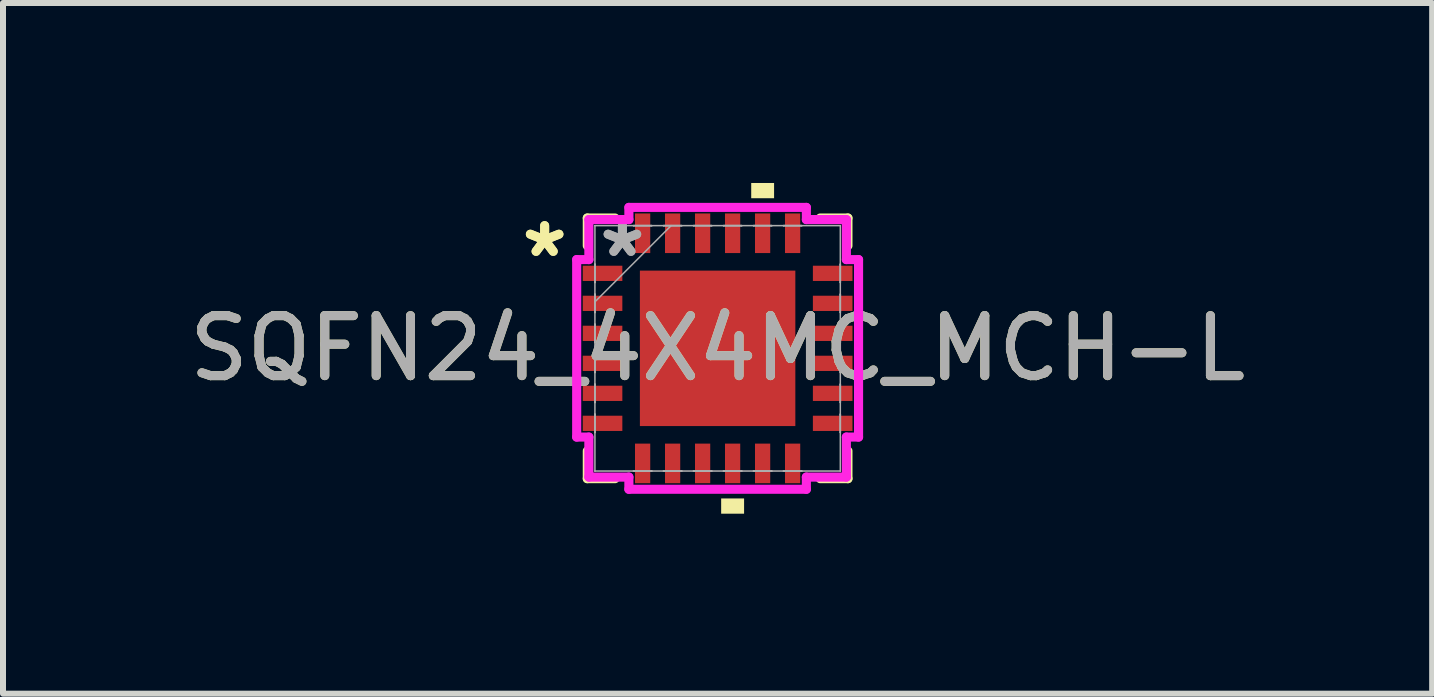
<source format=kicad_pcb>
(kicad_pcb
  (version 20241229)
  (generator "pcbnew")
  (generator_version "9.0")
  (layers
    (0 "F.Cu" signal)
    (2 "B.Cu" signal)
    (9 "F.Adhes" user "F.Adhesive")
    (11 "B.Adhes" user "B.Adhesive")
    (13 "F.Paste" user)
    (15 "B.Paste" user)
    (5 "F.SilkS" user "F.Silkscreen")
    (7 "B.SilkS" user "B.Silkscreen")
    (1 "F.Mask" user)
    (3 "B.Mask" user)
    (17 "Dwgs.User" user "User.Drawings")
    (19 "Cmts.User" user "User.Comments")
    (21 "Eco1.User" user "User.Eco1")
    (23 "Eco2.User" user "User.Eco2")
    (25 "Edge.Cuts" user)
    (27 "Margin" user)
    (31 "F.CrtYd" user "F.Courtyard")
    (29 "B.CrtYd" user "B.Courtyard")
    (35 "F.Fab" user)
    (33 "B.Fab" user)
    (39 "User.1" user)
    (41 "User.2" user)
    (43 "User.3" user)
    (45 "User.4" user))
  (footprint "SQFN24_4X4MC_MCH-L"
    (layer "F.Cu")
    (at 8.911 2.756)
    (property "Reference" "SQFN24_4X4MC_MCH-L" (at 0 0 0) (unlocked yes) (layer "F.SilkS") (effects (font (size 1 1) (thickness 0.15))))
    (attr smd)
    (fp_line (start -2.172 -2.172) (end -2.172 -1.71) (stroke (width 0.152) (type solid)) (layer "F.SilkS"))
    (fp_line (start -2.172 1.71) (end -2.172 2.172) (stroke (width 0.152) (type solid)) (layer "F.SilkS"))
    (fp_line (start -2.172 2.172) (end -1.71 2.172) (stroke (width 0.152) (type solid)) (layer "F.SilkS"))
    (fp_line (start -1.71 -2.172) (end -2.172 -2.172) (stroke (width 0.152) (type solid)) (layer "F.SilkS"))
    (fp_line (start 1.71 2.172) (end 2.172 2.172) (stroke (width 0.152) (type solid)) (layer "F.SilkS"))
    (fp_line (start 2.172 -2.172) (end 1.71 -2.172) (stroke (width 0.152) (type solid)) (layer "F.SilkS"))
    (fp_line (start 2.172 -1.71) (end 2.172 -2.172) (stroke (width 0.152) (type solid)) (layer "F.SilkS"))
    (fp_line (start 2.172 2.172) (end 2.172 1.71) (stroke (width 0.152) (type solid)) (layer "F.SilkS"))
    (fp_poly (pts (xy 0.059 2.502) (xy 0.059 2.756) (xy 0.441 2.756) (xy 0.441 2.502)) (stroke (width 0) (type solid)) (fill yes) (layer "F.SilkS"))
    (fp_poly (pts (xy 0.56 -2.502) (xy 0.56 -2.756) (xy 0.941 -2.756) (xy 0.941 -2.502)) (stroke (width 0) (type solid)) (fill yes) (layer "F.SilkS"))
    (fp_poly (pts (xy -1.195 -1.195) (xy -1.195 -0.1) (xy -0.1 -0.1) (xy -0.1 -1.195)) (stroke (width 0) (type solid)) (fill yes) (layer "F.Paste"))
    (fp_poly (pts (xy -1.195 0.1) (xy -1.195 1.195) (xy -0.1 1.195) (xy -0.1 0.1)) (stroke (width 0) (type solid)) (fill yes) (layer "F.Paste"))
    (fp_poly (pts (xy 0.1 -1.195) (xy 0.1 -0.1) (xy 1.195 -0.1) (xy 1.195 -1.195)) (stroke (width 0) (type solid)) (fill yes) (layer "F.Paste"))
    (fp_poly (pts (xy 0.1 0.1) (xy 0.1 1.195) (xy 1.195 1.195) (xy 1.195 0.1)) (stroke (width 0) (type solid)) (fill yes) (layer "F.Paste"))
    (fp_line (start -2.349 -1.479) (end -2.146 -1.479) (stroke (width 0.152) (type solid)) (layer "F.CrtYd"))
    (fp_line (start -2.349 1.479) (end -2.349 -1.479) (stroke (width 0.152) (type solid)) (layer "F.CrtYd"))
    (fp_line (start -2.146 -2.146) (end -1.479 -2.146) (stroke (width 0.152) (type solid)) (layer "F.CrtYd"))
    (fp_line (start -2.146 -1.479) (end -2.146 -2.146) (stroke (width 0.152) (type solid)) (layer "F.CrtYd"))
    (fp_line (start -2.146 1.479) (end -2.349 1.479) (stroke (width 0.152) (type solid)) (layer "F.CrtYd"))
    (fp_line (start -2.146 2.146) (end -2.146 1.479) (stroke (width 0.152) (type solid)) (layer "F.CrtYd"))
    (fp_line (start -1.479 -2.349) (end 1.479 -2.349) (stroke (width 0.152) (type solid)) (layer "F.CrtYd"))
    (fp_line (start -1.479 -2.146) (end -1.479 -2.349) (stroke (width 0.152) (type solid)) (layer "F.CrtYd"))
    (fp_line (start -1.479 2.146) (end -2.146 2.146) (stroke (width 0.152) (type solid)) (layer "F.CrtYd"))
    (fp_line (start -1.479 2.349) (end -1.479 2.146) (stroke (width 0.152) (type solid)) (layer "F.CrtYd"))
    (fp_line (start 1.479 -2.349) (end 1.479 -2.146) (stroke (width 0.152) (type solid)) (layer "F.CrtYd"))
    (fp_line (start 1.479 -2.146) (end 2.146 -2.146) (stroke (width 0.152) (type solid)) (layer "F.CrtYd"))
    (fp_line (start 1.479 2.146) (end 1.479 2.349) (stroke (width 0.152) (type solid)) (layer "F.CrtYd"))
    (fp_line (start 1.479 2.349) (end -1.479 2.349) (stroke (width 0.152) (type solid)) (layer "F.CrtYd"))
    (fp_line (start 2.146 -2.146) (end 2.146 -1.479) (stroke (width 0.152) (type solid)) (layer "F.CrtYd"))
    (fp_line (start 2.146 -1.479) (end 2.349 -1.479) (stroke (width 0.152) (type solid)) (layer "F.CrtYd"))
    (fp_line (start 2.146 1.479) (end 2.146 2.146) (stroke (width 0.152) (type solid)) (layer "F.CrtYd"))
    (fp_line (start 2.146 2.146) (end 1.479 2.146) (stroke (width 0.152) (type solid)) (layer "F.CrtYd"))
    (fp_line (start 2.349 -1.479) (end 2.349 1.479) (stroke (width 0.152) (type solid)) (layer "F.CrtYd"))
    (fp_line (start 2.349 1.479) (end 2.146 1.479) (stroke (width 0.152) (type solid)) (layer "F.CrtYd"))
    (fp_line (start -2.045 -2.045) (end -2.045 -2.045) (stroke (width 0.025) (type solid)) (layer "F.Fab"))
    (fp_line (start -2.045 -2.045) (end -2.045 2.045) (stroke (width 0.025) (type solid)) (layer "F.Fab"))
    (fp_line (start -2.045 -1.402) (end -2.045 -1.402) (stroke (width 0.025) (type solid)) (layer "F.Fab"))
    (fp_line (start -2.045 -1.402) (end -2.045 -1.098) (stroke (width 0.025) (type solid)) (layer "F.Fab"))
    (fp_line (start -2.045 -1.098) (end -2.045 -1.402) (stroke (width 0.025) (type solid)) (layer "F.Fab"))
    (fp_line (start -2.045 -1.098) (end -2.045 -1.098) (stroke (width 0.025) (type solid)) (layer "F.Fab"))
    (fp_line (start -2.045 -0.902) (end -2.045 -0.902) (stroke (width 0.025) (type solid)) (layer "F.Fab"))
    (fp_line (start -2.045 -0.902) (end -2.045 -0.598) (stroke (width 0.025) (type solid)) (layer "F.Fab"))
    (fp_line (start -2.045 -0.775) (end -0.775 -2.045) (stroke (width 0.025) (type solid)) (layer "F.Fab"))
    (fp_line (start -2.045 -0.598) (end -2.045 -0.902) (stroke (width 0.025) (type solid)) (layer "F.Fab"))
    (fp_line (start -2.045 -0.598) (end -2.045 -0.598) (stroke (width 0.025) (type solid)) (layer "F.Fab"))
    (fp_line (start -2.045 -0.402) (end -2.045 -0.402) (stroke (width 0.025) (type solid)) (layer "F.Fab"))
    (fp_line (start -2.045 -0.402) (end -2.045 -0.098) (stroke (width 0.025) (type solid)) (layer "F.Fab"))
    (fp_line (start -2.045 -0.098) (end -2.045 -0.402) (stroke (width 0.025) (type solid)) (layer "F.Fab"))
    (fp_line (start -2.045 -0.098) (end -2.045 -0.098) (stroke (width 0.025) (type solid)) (layer "F.Fab"))
    (fp_line (start -2.045 0.098) (end -2.045 0.098) (stroke (width 0.025) (type solid)) (layer "F.Fab"))
    (fp_line (start -2.045 0.098) (end -2.045 0.402) (stroke (width 0.025) (type solid)) (layer "F.Fab"))
    (fp_line (start -2.045 0.402) (end -2.045 0.098) (stroke (width 0.025) (type solid)) (layer "F.Fab"))
    (fp_line (start -2.045 0.402) (end -2.045 0.402) (stroke (width 0.025) (type solid)) (layer "F.Fab"))
    (fp_line (start -2.045 0.598) (end -2.045 0.598) (stroke (width 0.025) (type solid)) (layer "F.Fab"))
    (fp_line (start -2.045 0.598) (end -2.045 0.902) (stroke (width 0.025) (type solid)) (layer "F.Fab"))
    (fp_line (start -2.045 0.902) (end -2.045 0.598) (stroke (width 0.025) (type solid)) (layer "F.Fab"))
    (fp_line (start -2.045 0.902) (end -2.045 0.902) (stroke (width 0.025) (type solid)) (layer "F.Fab"))
    (fp_line (start -2.045 1.098) (end -2.045 1.098) (stroke (width 0.025) (type solid)) (layer "F.Fab"))
    (fp_line (start -2.045 1.098) (end -2.045 1.402) (stroke (width 0.025) (type solid)) (layer "F.Fab"))
    (fp_line (start -2.045 1.402) (end -2.045 1.098) (stroke (width 0.025) (type solid)) (layer "F.Fab"))
    (fp_line (start -2.045 1.402) (end -2.045 1.402) (stroke (width 0.025) (type solid)) (layer "F.Fab"))
    (fp_line (start -2.045 2.045) (end -2.045 2.045) (stroke (width 0.025) (type solid)) (layer "F.Fab"))
    (fp_line (start -2.045 2.045) (end 2.045 2.045) (stroke (width 0.025) (type solid)) (layer "F.Fab"))
    (fp_line (start -1.402 -2.045) (end -1.402 -2.045) (stroke (width 0.025) (type solid)) (layer "F.Fab"))
    (fp_line (start -1.402 -2.045) (end -1.098 -2.045) (stroke (width 0.025) (type solid)) (layer "F.Fab"))
    (fp_line (start -1.402 2.045) (end -1.402 2.045) (stroke (width 0.025) (type solid)) (layer "F.Fab"))
    (fp_line (start -1.402 2.045) (end -1.098 2.045) (stroke (width 0.025) (type solid)) (layer "F.Fab"))
    (fp_line (start -1.098 -2.045) (end -1.402 -2.045) (stroke (width 0.025) (type solid)) (layer "F.Fab"))
    (fp_line (start -1.098 -2.045) (end -1.098 -2.045) (stroke (width 0.025) (type solid)) (layer "F.Fab"))
    (fp_line (start -1.098 2.045) (end -1.402 2.045) (stroke (width 0.025) (type solid)) (layer "F.Fab"))
    (fp_line (start -1.098 2.045) (end -1.098 2.045) (stroke (width 0.025) (type solid)) (layer "F.Fab"))
    (fp_line (start -0.902 -2.045) (end -0.902 -2.045) (stroke (width 0.025) (type solid)) (layer "F.Fab"))
    (fp_line (start -0.902 -2.045) (end -0.598 -2.045) (stroke (width 0.025) (type solid)) (layer "F.Fab"))
    (fp_line (start -0.902 2.045) (end -0.902 2.045) (stroke (width 0.025) (type solid)) (layer "F.Fab"))
    (fp_line (start -0.902 2.045) (end -0.598 2.045) (stroke (width 0.025) (type solid)) (layer "F.Fab"))
    (fp_line (start -0.598 -2.045) (end -0.902 -2.045) (stroke (width 0.025) (type solid)) (layer "F.Fab"))
    (fp_line (start -0.598 -2.045) (end -0.598 -2.045) (stroke (width 0.025) (type solid)) (layer "F.Fab"))
    (fp_line (start -0.598 2.045) (end -0.902 2.045) (stroke (width 0.025) (type solid)) (layer "F.Fab"))
    (fp_line (start -0.598 2.045) (end -0.598 2.045) (stroke (width 0.025) (type solid)) (layer "F.Fab"))
    (fp_line (start -0.402 -2.045) (end -0.402 -2.045) (stroke (width 0.025) (type solid)) (layer "F.Fab"))
    (fp_line (start -0.402 -2.045) (end -0.098 -2.045) (stroke (width 0.025) (type solid)) (layer "F.Fab"))
    (fp_line (start -0.402 2.045) (end -0.402 2.045) (stroke (width 0.025) (type solid)) (layer "F.Fab"))
    (fp_line (start -0.402 2.045) (end -0.098 2.045) (stroke (width 0.025) (type solid)) (layer "F.Fab"))
    (fp_line (start -0.098 -2.045) (end -0.402 -2.045) (stroke (width 0.025) (type solid)) (layer "F.Fab"))
    (fp_line (start -0.098 -2.045) (end -0.098 -2.045) (stroke (width 0.025) (type solid)) (layer "F.Fab"))
    (fp_line (start -0.098 2.045) (end -0.402 2.045) (stroke (width 0.025) (type solid)) (layer "F.Fab"))
    (fp_line (start -0.098 2.045) (end -0.098 2.045) (stroke (width 0.025) (type solid)) (layer "F.Fab"))
    (fp_line (start 0.098 -2.045) (end 0.098 -2.045) (stroke (width 0.025) (type solid)) (layer "F.Fab"))
    (fp_line (start 0.098 -2.045) (end 0.402 -2.045) (stroke (width 0.025) (type solid)) (layer "F.Fab"))
    (fp_line (start 0.098 2.045) (end 0.098 2.045) (stroke (width 0.025) (type solid)) (layer "F.Fab"))
    (fp_line (start 0.098 2.045) (end 0.402 2.045) (stroke (width 0.025) (type solid)) (layer "F.Fab"))
    (fp_line (start 0.402 -2.045) (end 0.098 -2.045) (stroke (width 0.025) (type solid)) (layer "F.Fab"))
    (fp_line (start 0.402 -2.045) (end 0.402 -2.045) (stroke (width 0.025) (type solid)) (layer "F.Fab"))
    (fp_line (start 0.402 2.045) (end 0.098 2.045) (stroke (width 0.025) (type solid)) (layer "F.Fab"))
    (fp_line (start 0.402 2.045) (end 0.402 2.045) (stroke (width 0.025) (type solid)) (layer "F.Fab"))
    (fp_line (start 0.598 -2.045) (end 0.598 -2.045) (stroke (width 0.025) (type solid)) (layer "F.Fab"))
    (fp_line (start 0.598 -2.045) (end 0.902 -2.045) (stroke (width 0.025) (type solid)) (layer "F.Fab"))
    (fp_line (start 0.598 2.045) (end 0.598 2.045) (stroke (width 0.025) (type solid)) (layer "F.Fab"))
    (fp_line (start 0.598 2.045) (end 0.902 2.045) (stroke (width 0.025) (type solid)) (layer "F.Fab"))
    (fp_line (start 0.902 -2.045) (end 0.598 -2.045) (stroke (width 0.025) (type solid)) (layer "F.Fab"))
    (fp_line (start 0.902 -2.045) (end 0.902 -2.045) (stroke (width 0.025) (type solid)) (layer "F.Fab"))
    (fp_line (start 0.902 2.045) (end 0.598 2.045) (stroke (width 0.025) (type solid)) (layer "F.Fab"))
    (fp_line (start 0.902 2.045) (end 0.902 2.045) (stroke (width 0.025) (type solid)) (layer "F.Fab"))
    (fp_line (start 1.098 -2.045) (end 1.098 -2.045) (stroke (width 0.025) (type solid)) (layer "F.Fab"))
    (fp_line (start 1.098 -2.045) (end 1.402 -2.045) (stroke (width 0.025) (type solid)) (layer "F.Fab"))
    (fp_line (start 1.098 2.045) (end 1.098 2.045) (stroke (width 0.025) (type solid)) (layer "F.Fab"))
    (fp_line (start 1.098 2.045) (end 1.402 2.045) (stroke (width 0.025) (type solid)) (layer "F.Fab"))
    (fp_line (start 1.402 -2.045) (end 1.098 -2.045) (stroke (width 0.025) (type solid)) (layer "F.Fab"))
    (fp_line (start 1.402 -2.045) (end 1.402 -2.045) (stroke (width 0.025) (type solid)) (layer "F.Fab"))
    (fp_line (start 1.402 2.045) (end 1.098 2.045) (stroke (width 0.025) (type solid)) (layer "F.Fab"))
    (fp_line (start 1.402 2.045) (end 1.402 2.045) (stroke (width 0.025) (type solid)) (layer "F.Fab"))
    (fp_line (start 2.045 -2.045) (end -2.045 -2.045) (stroke (width 0.025) (type solid)) (layer "F.Fab"))
    (fp_line (start 2.045 -2.045) (end 2.045 -2.045) (stroke (width 0.025) (type solid)) (layer "F.Fab"))
    (fp_line (start 2.045 -1.402) (end 2.045 -1.402) (stroke (width 0.025) (type solid)) (layer "F.Fab"))
    (fp_line (start 2.045 -1.402) (end 2.045 -1.098) (stroke (width 0.025) (type solid)) (layer "F.Fab"))
    (fp_line (start 2.045 -1.098) (end 2.045 -1.402) (stroke (width 0.025) (type solid)) (layer "F.Fab"))
    (fp_line (start 2.045 -1.098) (end 2.045 -1.098) (stroke (width 0.025) (type solid)) (layer "F.Fab"))
    (fp_line (start 2.045 -0.902) (end 2.045 -0.902) (stroke (width 0.025) (type solid)) (layer "F.Fab"))
    (fp_line (start 2.045 -0.902) (end 2.045 -0.598) (stroke (width 0.025) (type solid)) (layer "F.Fab"))
    (fp_line (start 2.045 -0.598) (end 2.045 -0.902) (stroke (width 0.025) (type solid)) (layer "F.Fab"))
    (fp_line (start 2.045 -0.598) (end 2.045 -0.598) (stroke (width 0.025) (type solid)) (layer "F.Fab"))
    (fp_line (start 2.045 -0.402) (end 2.045 -0.402) (stroke (width 0.025) (type solid)) (layer "F.Fab"))
    (fp_line (start 2.045 -0.402) (end 2.045 -0.098) (stroke (width 0.025) (type solid)) (layer "F.Fab"))
    (fp_line (start 2.045 -0.098) (end 2.045 -0.402) (stroke (width 0.025) (type solid)) (layer "F.Fab"))
    (fp_line (start 2.045 -0.098) (end 2.045 -0.098) (stroke (width 0.025) (type solid)) (layer "F.Fab"))
    (fp_line (start 2.045 0.098) (end 2.045 0.098) (stroke (width 0.025) (type solid)) (layer "F.Fab"))
    (fp_line (start 2.045 0.098) (end 2.045 0.402) (stroke (width 0.025) (type solid)) (layer "F.Fab"))
    (fp_line (start 2.045 0.402) (end 2.045 0.098) (stroke (width 0.025) (type solid)) (layer "F.Fab"))
    (fp_line (start 2.045 0.402) (end 2.045 0.402) (stroke (width 0.025) (type solid)) (layer "F.Fab"))
    (fp_line (start 2.045 0.598) (end 2.045 0.598) (stroke (width 0.025) (type solid)) (layer "F.Fab"))
    (fp_line (start 2.045 0.598) (end 2.045 0.902) (stroke (width 0.025) (type solid)) (layer "F.Fab"))
    (fp_line (start 2.045 0.902) (end 2.045 0.598) (stroke (width 0.025) (type solid)) (layer "F.Fab"))
    (fp_line (start 2.045 0.902) (end 2.045 0.902) (stroke (width 0.025) (type solid)) (layer "F.Fab"))
    (fp_line (start 2.045 1.098) (end 2.045 1.098) (stroke (width 0.025) (type solid)) (layer "F.Fab"))
    (fp_line (start 2.045 1.098) (end 2.045 1.402) (stroke (width 0.025) (type solid)) (layer "F.Fab"))
    (fp_line (start 2.045 1.402) (end 2.045 1.098) (stroke (width 0.025) (type solid)) (layer "F.Fab"))
    (fp_line (start 2.045 1.402) (end 2.045 1.402) (stroke (width 0.025) (type solid)) (layer "F.Fab"))
    (fp_line (start 2.045 2.045) (end 2.045 -2.045) (stroke (width 0.025) (type solid)) (layer "F.Fab"))
    (fp_line (start 2.045 2.045) (end 2.045 2.045) (stroke (width 0.025) (type solid)) (layer "F.Fab"))
    (fp_text user "*" (at -2.883 -1.5 0) (unlocked yes) (layer "F.SilkS") (effects (font (size 1 1) (thickness 0.15))))
    (fp_text user "*" (at -2.883 -1.5 0) (layer "F.SilkS") (effects (font (size 1 1) (thickness 0.15))))
    (fp_text user "*" (at -1.587 -1.5 0) (layer "F.Fab") (effects (font (size 1 1) (thickness 0.15))))
    (fp_text user "*" (at -1.587 -1.5 0) (unlocked yes) (layer "F.Fab") (effects (font (size 1 1) (thickness 0.15))))
    (fp_text user "${REFERENCE}" (at 0 0 0) (unlocked yes) (layer "F.Fab") (effects (font (size 1 1) (thickness 0.15))))
    (pad "1" smd rect (at -1.918 -1.25 90) (size 0.254 0.66) (layers "F.Cu" "F.Mask" "F.Paste"))
    (pad "2" smd rect (at -1.918 -0.75 90) (size 0.254 0.66) (layers "F.Cu" "F.Mask" "F.Paste"))
    (pad "3" smd rect (at -1.918 -0.25 90) (size 0.254 0.66) (layers "F.Cu" "F.Mask" "F.Paste"))
    (pad "4" smd rect (at -1.918 0.25 90) (size 0.254 0.66) (layers "F.Cu" "F.Mask" "F.Paste"))
    (pad "5" smd rect (at -1.918 0.75 90) (size 0.254 0.66) (layers "F.Cu" "F.Mask" "F.Paste"))
    (pad "6" smd rect (at -1.918 1.25 90) (size 0.254 0.66) (layers "F.Cu" "F.Mask" "F.Paste"))
    (pad "7" smd rect (at -1.25 1.918) (size 0.254 0.66) (layers "F.Cu" "F.Mask" "F.Paste"))
    (pad "8" smd rect (at -0.75 1.918) (size 0.254 0.66) (layers "F.Cu" "F.Mask" "F.Paste"))
    (pad "9" smd rect (at -0.25 1.918) (size 0.254 0.66) (layers "F.Cu" "F.Mask" "F.Paste"))
    (pad "10" smd rect (at 0.25 1.918) (size 0.254 0.66) (layers "F.Cu" "F.Mask" "F.Paste"))
    (pad "11" smd rect (at 0.75 1.918) (size 0.254 0.66) (layers "F.Cu" "F.Mask" "F.Paste"))
    (pad "12" smd rect (at 1.25 1.918) (size 0.254 0.66) (layers "F.Cu" "F.Mask" "F.Paste"))
    (pad "13" smd rect (at 1.918 1.25 90) (size 0.254 0.66) (layers "F.Cu" "F.Mask" "F.Paste"))
    (pad "14" smd rect (at 1.918 0.75 90) (size 0.254 0.66) (layers "F.Cu" "F.Mask" "F.Paste"))
    (pad "15" smd rect (at 1.918 0.25 90) (size 0.254 0.66) (layers "F.Cu" "F.Mask" "F.Paste"))
    (pad "16" smd rect (at 1.918 -0.25 90) (size 0.254 0.66) (layers "F.Cu" "F.Mask" "F.Paste"))
    (pad "17" smd rect (at 1.918 -0.75 90) (size 0.254 0.66) (layers "F.Cu" "F.Mask" "F.Paste"))
    (pad "18" smd rect (at 1.918 -1.25 90) (size 0.254 0.66) (layers "F.Cu" "F.Mask" "F.Paste"))
    (pad "19" smd rect (at 1.25 -1.918) (size 0.254 0.66) (layers "F.Cu" "F.Mask" "F.Paste"))
    (pad "20" smd rect (at 0.75 -1.918) (size 0.254 0.66) (layers "F.Cu" "F.Mask" "F.Paste"))
    (pad "21" smd rect (at 0.25 -1.918) (size 0.254 0.66) (layers "F.Cu" "F.Mask" "F.Paste"))
    (pad "22" smd rect (at -0.25 -1.918) (size 0.254 0.66) (layers "F.Cu" "F.Mask" "F.Paste"))
    (pad "23" smd rect (at -0.75 -1.918) (size 0.254 0.66) (layers "F.Cu" "F.Mask" "F.Paste"))
    (pad "24" smd rect (at -1.25 -1.918) (size 0.254 0.66) (layers "F.Cu" "F.Mask" "F.Paste"))
    (pad "25" smd rect (at 0 0) (size 2.591 2.591) (layers "F.Cu" "F.Mask" "F.Paste")))
  (gr_rect
    (start -3 -3)
    (end 20.821 8.512)
    (stroke (width 0.1) (type default))
    (fill no)
    (layer "Edge.Cuts")))
</source>
